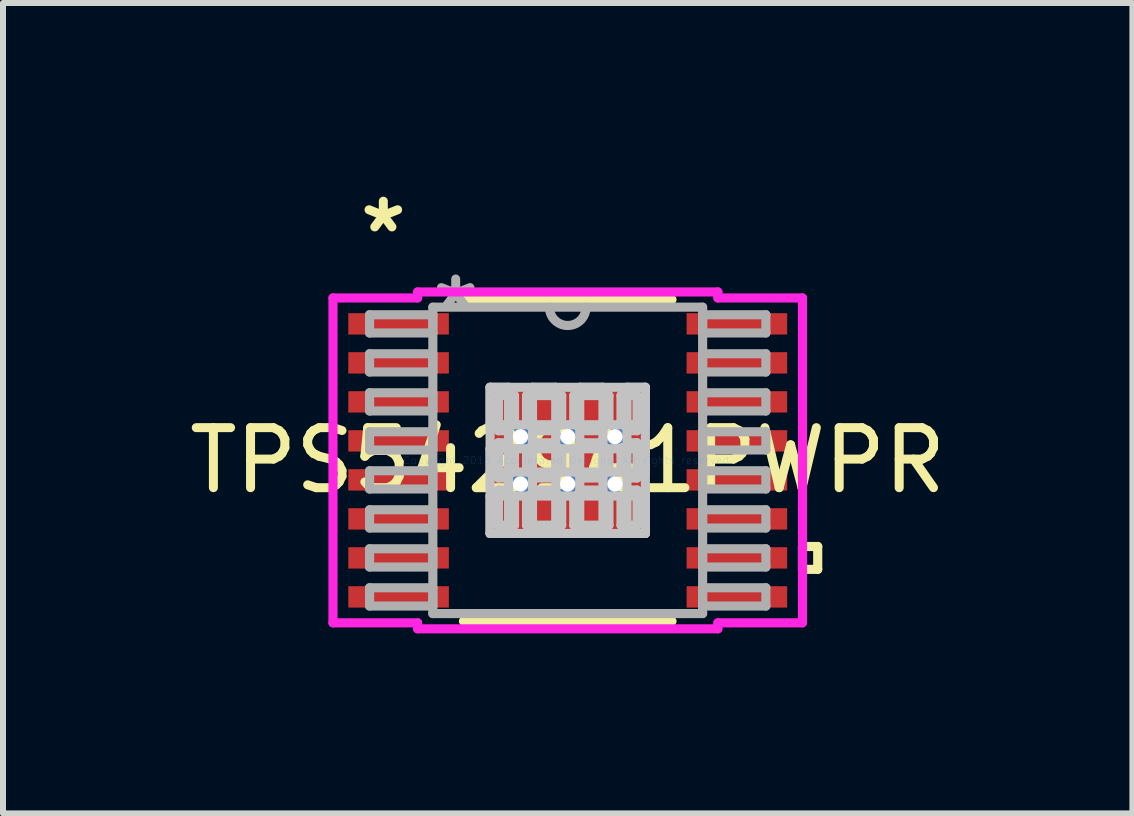
<source format=kicad_pcb>
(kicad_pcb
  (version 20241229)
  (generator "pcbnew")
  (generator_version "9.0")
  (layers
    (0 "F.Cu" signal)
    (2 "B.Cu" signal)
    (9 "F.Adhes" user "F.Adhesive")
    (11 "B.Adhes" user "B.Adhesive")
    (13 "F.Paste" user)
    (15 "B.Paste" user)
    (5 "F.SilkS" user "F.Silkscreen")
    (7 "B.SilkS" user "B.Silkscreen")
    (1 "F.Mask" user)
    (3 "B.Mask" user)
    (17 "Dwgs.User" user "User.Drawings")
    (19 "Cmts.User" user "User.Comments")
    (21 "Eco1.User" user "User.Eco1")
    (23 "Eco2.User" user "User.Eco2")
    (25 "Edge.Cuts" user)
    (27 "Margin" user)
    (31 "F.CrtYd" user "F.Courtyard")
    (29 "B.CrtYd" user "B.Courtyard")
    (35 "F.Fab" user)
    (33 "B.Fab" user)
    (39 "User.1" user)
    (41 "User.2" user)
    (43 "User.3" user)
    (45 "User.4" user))
  (footprint "TPS542941PWPR"
    (layer "F.Cu")
    (at 6.411 4.622)
    (property "Reference" "TPS542941PWPR" (at 0 0 0) (layer "F.SilkS") (effects (font (size 1 1) (thickness 0.15))))
    (attr through_hole)
    (fp_line (start -1.738 2.68) (end 1.738 2.68) (stroke (width 0.152) (type solid)) (layer "F.SilkS"))
    (fp_line (start 1.738 -2.68) (end -1.738 -2.68) (stroke (width 0.152) (type solid)) (layer "F.SilkS"))
    (fp_line (start 3.912 1.435) (end 4.166 1.435) (stroke (width 0.152) (type solid)) (layer "F.SilkS"))
    (fp_line (start 3.912 1.816) (end 3.912 1.435) (stroke (width 0.152) (type solid)) (layer "F.SilkS"))
    (fp_line (start 4.166 1.435) (end 4.166 1.816) (stroke (width 0.152) (type solid)) (layer "F.SilkS"))
    (fp_line (start 4.166 1.816) (end 3.912 1.816) (stroke (width 0.152) (type solid)) (layer "F.SilkS"))
    (fp_line (start -1.294 -1.218) (end -0.987 -1.218) (stroke (width 0.152) (type solid)) (layer "Dwgs.User"))
    (fp_line (start -1.294 -1.218) (end 1.294 -1.218) (stroke (width 0.152) (type solid)) (layer "Dwgs.User"))
    (fp_line (start -1.294 -0.594) (end -1.294 -1.218) (stroke (width 0.152) (type solid)) (layer "Dwgs.User"))
    (fp_line (start -1.294 -0.194) (end 1.294 -0.194) (stroke (width 0.152) (type solid)) (layer "Dwgs.User"))
    (fp_line (start -1.294 0.194) (end -1.294 -0.194) (stroke (width 0.152) (type solid)) (layer "Dwgs.User"))
    (fp_line (start -1.294 0.594) (end 1.294 0.594) (stroke (width 0.152) (type solid)) (layer "Dwgs.User"))
    (fp_line (start -1.294 1.218) (end -1.294 -1.218) (stroke (width 0.152) (type solid)) (layer "Dwgs.User"))
    (fp_line (start -1.294 1.218) (end -1.294 0.594) (stroke (width 0.152) (type solid)) (layer "Dwgs.User"))
    (fp_line (start -1.155 -1.08) (end -1.155 -0.494) (stroke (width 0.152) (type solid)) (layer "Dwgs.User"))
    (fp_line (start -1.155 -0.494) (end -1.029 -0.494) (stroke (width 0.152) (type solid)) (layer "Dwgs.User"))
    (fp_line (start -1.155 -0.294) (end -1.155 0.294) (stroke (width 0.152) (type solid)) (layer "Dwgs.User"))
    (fp_line (start -1.155 0.294) (end -1.029 0.294) (stroke (width 0.152) (type solid)) (layer "Dwgs.User"))
    (fp_line (start -1.155 0.494) (end -1.155 1.08) (stroke (width 0.152) (type solid)) (layer "Dwgs.User"))
    (fp_line (start -1.155 1.08) (end -0.887 1.08) (stroke (width 0.152) (type solid)) (layer "Dwgs.User"))
    (fp_line (start -1.029 -0.494) (end -1.029 -0.494) (stroke (width 0.152) (type solid)) (layer "Dwgs.User"))
    (fp_line (start -1.029 -0.494) (end -0.887 -0.635) (stroke (width 0.152) (type solid)) (layer "Dwgs.User"))
    (fp_line (start -1.029 -0.294) (end -1.155 -0.294) (stroke (width 0.152) (type solid)) (layer "Dwgs.User"))
    (fp_line (start -1.029 -0.294) (end -1.029 -0.294) (stroke (width 0.152) (type solid)) (layer "Dwgs.User"))
    (fp_line (start -1.029 0.294) (end -1.029 0.294) (stroke (width 0.152) (type solid)) (layer "Dwgs.User"))
    (fp_line (start -1.029 0.294) (end -0.887 0.152) (stroke (width 0.152) (type solid)) (layer "Dwgs.User"))
    (fp_line (start -1.029 0.494) (end -1.155 0.494) (stroke (width 0.152) (type solid)) (layer "Dwgs.User"))
    (fp_line (start -1.029 0.494) (end -1.029 0.494) (stroke (width 0.152) (type solid)) (layer "Dwgs.User"))
    (fp_line (start -0.987 -1.218) (end -0.987 1.218) (stroke (width 0.152) (type solid)) (layer "Dwgs.User"))
    (fp_line (start -0.987 1.218) (end -1.294 1.218) (stroke (width 0.152) (type solid)) (layer "Dwgs.User"))
    (fp_line (start -0.887 -1.08) (end -1.155 -1.08) (stroke (width 0.152) (type solid)) (layer "Dwgs.User"))
    (fp_line (start -0.887 -0.635) (end -0.887 -1.08) (stroke (width 0.152) (type solid)) (layer "Dwgs.User"))
    (fp_line (start -0.887 -0.635) (end -0.887 -0.635) (stroke (width 0.152) (type solid)) (layer "Dwgs.User"))
    (fp_line (start -0.887 -0.152) (end -1.029 -0.294) (stroke (width 0.152) (type solid)) (layer "Dwgs.User"))
    (fp_line (start -0.887 -0.152) (end -0.887 -0.152) (stroke (width 0.152) (type solid)) (layer "Dwgs.User"))
    (fp_line (start -0.887 0.152) (end -0.887 -0.152) (stroke (width 0.152) (type solid)) (layer "Dwgs.User"))
    (fp_line (start -0.887 0.152) (end -0.887 0.152) (stroke (width 0.152) (type solid)) (layer "Dwgs.User"))
    (fp_line (start -0.887 0.635) (end -1.029 0.494) (stroke (width 0.152) (type solid)) (layer "Dwgs.User"))
    (fp_line (start -0.887 0.635) (end -0.887 0.635) (stroke (width 0.152) (type solid)) (layer "Dwgs.User"))
    (fp_line (start -0.887 1.08) (end -0.887 0.635) (stroke (width 0.152) (type solid)) (layer "Dwgs.User"))
    (fp_line (start -0.687 -1.08) (end -0.687 -0.635) (stroke (width 0.152) (type solid)) (layer "Dwgs.User"))
    (fp_line (start -0.687 -0.635) (end -0.687 -0.635) (stroke (width 0.152) (type solid)) (layer "Dwgs.User"))
    (fp_line (start -0.687 -0.635) (end -0.546 -0.494) (stroke (width 0.152) (type solid)) (layer "Dwgs.User"))
    (fp_line (start -0.687 -0.152) (end -0.687 -0.152) (stroke (width 0.152) (type solid)) (layer "Dwgs.User"))
    (fp_line (start -0.687 -0.152) (end -0.687 0.152) (stroke (width 0.152) (type solid)) (layer "Dwgs.User"))
    (fp_line (start -0.687 0.152) (end -0.687 0.152) (stroke (width 0.152) (type solid)) (layer "Dwgs.User"))
    (fp_line (start -0.687 0.152) (end -0.546 0.294) (stroke (width 0.152) (type solid)) (layer "Dwgs.User"))
    (fp_line (start -0.687 0.635) (end -0.687 0.635) (stroke (width 0.152) (type solid)) (layer "Dwgs.User"))
    (fp_line (start -0.687 0.635) (end -0.687 1.08) (stroke (width 0.152) (type solid)) (layer "Dwgs.User"))
    (fp_line (start -0.687 1.08) (end -0.1 1.08) (stroke (width 0.152) (type solid)) (layer "Dwgs.User"))
    (fp_line (start -0.587 -1.218) (end -0.587 1.218) (stroke (width 0.152) (type solid)) (layer "Dwgs.User"))
    (fp_line (start -0.587 1.218) (end -0.2 1.218) (stroke (width 0.152) (type solid)) (layer "Dwgs.User"))
    (fp_line (start -0.546 -0.494) (end -0.546 -0.494) (stroke (width 0.152) (type solid)) (layer "Dwgs.User"))
    (fp_line (start -0.546 -0.494) (end -0.241 -0.494) (stroke (width 0.152) (type solid)) (layer "Dwgs.User"))
    (fp_line (start -0.546 -0.294) (end -0.687 -0.152) (stroke (width 0.152) (type solid)) (layer "Dwgs.User"))
    (fp_line (start -0.546 -0.294) (end -0.546 -0.294) (stroke (width 0.152) (type solid)) (layer "Dwgs.User"))
    (fp_line (start -0.546 0.294) (end -0.546 0.294) (stroke (width 0.152) (type solid)) (layer "Dwgs.User"))
    (fp_line (start -0.546 0.294) (end -0.241 0.294) (stroke (width 0.152) (type solid)) (layer "Dwgs.User"))
    (fp_line (start -0.546 0.494) (end -0.687 0.635) (stroke (width 0.152) (type solid)) (layer "Dwgs.User"))
    (fp_line (start -0.546 0.494) (end -0.546 0.494) (stroke (width 0.152) (type solid)) (layer "Dwgs.User"))
    (fp_line (start -0.241 -0.494) (end -0.241 -0.494) (stroke (width 0.152) (type solid)) (layer "Dwgs.User"))
    (fp_line (start -0.241 -0.494) (end -0.1 -0.635) (stroke (width 0.152) (type solid)) (layer "Dwgs.User"))
    (fp_line (start -0.241 -0.294) (end -0.546 -0.294) (stroke (width 0.152) (type solid)) (layer "Dwgs.User"))
    (fp_line (start -0.241 -0.294) (end -0.241 -0.294) (stroke (width 0.152) (type solid)) (layer "Dwgs.User"))
    (fp_line (start -0.241 0.294) (end -0.241 0.294) (stroke (width 0.152) (type solid)) (layer "Dwgs.User"))
    (fp_line (start -0.241 0.294) (end -0.1 0.152) (stroke (width 0.152) (type solid)) (layer "Dwgs.User"))
    (fp_line (start -0.241 0.494) (end -0.546 0.494) (stroke (width 0.152) (type solid)) (layer "Dwgs.User"))
    (fp_line (start -0.241 0.494) (end -0.241 0.494) (stroke (width 0.152) (type solid)) (layer "Dwgs.User"))
    (fp_line (start -0.2 -1.218) (end -0.587 -1.218) (stroke (width 0.152) (type solid)) (layer "Dwgs.User"))
    (fp_line (start -0.2 1.218) (end -0.2 -1.218) (stroke (width 0.152) (type solid)) (layer "Dwgs.User"))
    (fp_line (start -0.1 -1.08) (end -0.687 -1.08) (stroke (width 0.152) (type solid)) (layer "Dwgs.User"))
    (fp_line (start -0.1 -0.635) (end -0.1 -1.08) (stroke (width 0.152) (type solid)) (layer "Dwgs.User"))
    (fp_line (start -0.1 -0.635) (end -0.1 -0.635) (stroke (width 0.152) (type solid)) (layer "Dwgs.User"))
    (fp_line (start -0.1 -0.152) (end -0.241 -0.294) (stroke (width 0.152) (type solid)) (layer "Dwgs.User"))
    (fp_line (start -0.1 -0.152) (end -0.1 -0.152) (stroke (width 0.152) (type solid)) (layer "Dwgs.User"))
    (fp_line (start -0.1 0.152) (end -0.1 -0.152) (stroke (width 0.152) (type solid)) (layer "Dwgs.User"))
    (fp_line (start -0.1 0.152) (end -0.1 0.152) (stroke (width 0.152) (type solid)) (layer "Dwgs.User"))
    (fp_line (start -0.1 0.635) (end -0.241 0.494) (stroke (width 0.152) (type solid)) (layer "Dwgs.User"))
    (fp_line (start -0.1 0.635) (end -0.1 0.635) (stroke (width 0.152) (type solid)) (layer "Dwgs.User"))
    (fp_line (start -0.1 1.08) (end -0.1 0.635) (stroke (width 0.152) (type solid)) (layer "Dwgs.User"))
    (fp_line (start 0.1 -1.08) (end 0.1 -0.635) (stroke (width 0.152) (type solid)) (layer "Dwgs.User"))
    (fp_line (start 0.1 -0.635) (end 0.1 -0.635) (stroke (width 0.152) (type solid)) (layer "Dwgs.User"))
    (fp_line (start 0.1 -0.635) (end 0.241 -0.494) (stroke (width 0.152) (type solid)) (layer "Dwgs.User"))
    (fp_line (start 0.1 -0.152) (end 0.1 -0.152) (stroke (width 0.152) (type solid)) (layer "Dwgs.User"))
    (fp_line (start 0.1 -0.152) (end 0.1 0.152) (stroke (width 0.152) (type solid)) (layer "Dwgs.User"))
    (fp_line (start 0.1 0.152) (end 0.1 0.152) (stroke (width 0.152) (type solid)) (layer "Dwgs.User"))
    (fp_line (start 0.1 0.152) (end 0.241 0.294) (stroke (width 0.152) (type solid)) (layer "Dwgs.User"))
    (fp_line (start 0.1 0.635) (end 0.1 0.635) (stroke (width 0.152) (type solid)) (layer "Dwgs.User"))
    (fp_line (start 0.1 0.635) (end 0.1 1.08) (stroke (width 0.152) (type solid)) (layer "Dwgs.User"))
    (fp_line (start 0.1 1.08) (end 0.687 1.08) (stroke (width 0.152) (type solid)) (layer "Dwgs.User"))
    (fp_line (start 0.2 -1.218) (end 0.2 1.218) (stroke (width 0.152) (type solid)) (layer "Dwgs.User"))
    (fp_line (start 0.2 1.218) (end 0.587 1.218) (stroke (width 0.152) (type solid)) (layer "Dwgs.User"))
    (fp_line (start 0.241 -0.494) (end 0.241 -0.494) (stroke (width 0.152) (type solid)) (layer "Dwgs.User"))
    (fp_line (start 0.241 -0.494) (end 0.546 -0.494) (stroke (width 0.152) (type solid)) (layer "Dwgs.User"))
    (fp_line (start 0.241 -0.294) (end 0.1 -0.152) (stroke (width 0.152) (type solid)) (layer "Dwgs.User"))
    (fp_line (start 0.241 -0.294) (end 0.241 -0.294) (stroke (width 0.152) (type solid)) (layer "Dwgs.User"))
    (fp_line (start 0.241 0.294) (end 0.241 0.294) (stroke (width 0.152) (type solid)) (layer "Dwgs.User"))
    (fp_line (start 0.241 0.294) (end 0.546 0.294) (stroke (width 0.152) (type solid)) (layer "Dwgs.User"))
    (fp_line (start 0.241 0.494) (end 0.1 0.635) (stroke (width 0.152) (type solid)) (layer "Dwgs.User"))
    (fp_line (start 0.241 0.494) (end 0.241 0.494) (stroke (width 0.152) (type solid)) (layer "Dwgs.User"))
    (fp_line (start 0.546 -0.494) (end 0.546 -0.494) (stroke (width 0.152) (type solid)) (layer "Dwgs.User"))
    (fp_line (start 0.546 -0.494) (end 0.687 -0.635) (stroke (width 0.152) (type solid)) (layer "Dwgs.User"))
    (fp_line (start 0.546 -0.294) (end 0.241 -0.294) (stroke (width 0.152) (type solid)) (layer "Dwgs.User"))
    (fp_line (start 0.546 -0.294) (end 0.546 -0.294) (stroke (width 0.152) (type solid)) (layer "Dwgs.User"))
    (fp_line (start 0.546 0.294) (end 0.546 0.294) (stroke (width 0.152) (type solid)) (layer "Dwgs.User"))
    (fp_line (start 0.546 0.294) (end 0.687 0.152) (stroke (width 0.152) (type solid)) (layer "Dwgs.User"))
    (fp_line (start 0.546 0.494) (end 0.241 0.494) (stroke (width 0.152) (type solid)) (layer "Dwgs.User"))
    (fp_line (start 0.546 0.494) (end 0.546 0.494) (stroke (width 0.152) (type solid)) (layer "Dwgs.User"))
    (fp_line (start 0.587 -1.218) (end 0.2 -1.218) (stroke (width 0.152) (type solid)) (layer "Dwgs.User"))
    (fp_line (start 0.587 1.218) (end 0.587 -1.218) (stroke (width 0.152) (type solid)) (layer "Dwgs.User"))
    (fp_line (start 0.687 -1.08) (end 0.1 -1.08) (stroke (width 0.152) (type solid)) (layer "Dwgs.User"))
    (fp_line (start 0.687 -0.635) (end 0.687 -1.08) (stroke (width 0.152) (type solid)) (layer "Dwgs.User"))
    (fp_line (start 0.687 -0.635) (end 0.687 -0.635) (stroke (width 0.152) (type solid)) (layer "Dwgs.User"))
    (fp_line (start 0.687 -0.152) (end 0.546 -0.294) (stroke (width 0.152) (type solid)) (layer "Dwgs.User"))
    (fp_line (start 0.687 -0.152) (end 0.687 -0.152) (stroke (width 0.152) (type solid)) (layer "Dwgs.User"))
    (fp_line (start 0.687 0.152) (end 0.687 -0.152) (stroke (width 0.152) (type solid)) (layer "Dwgs.User"))
    (fp_line (start 0.687 0.152) (end 0.687 0.152) (stroke (width 0.152) (type solid)) (layer "Dwgs.User"))
    (fp_line (start 0.687 0.635) (end 0.546 0.494) (stroke (width 0.152) (type solid)) (layer "Dwgs.User"))
    (fp_line (start 0.687 0.635) (end 0.687 0.635) (stroke (width 0.152) (type solid)) (layer "Dwgs.User"))
    (fp_line (start 0.687 1.08) (end 0.687 0.635) (stroke (width 0.152) (type solid)) (layer "Dwgs.User"))
    (fp_line (start 0.887 -1.08) (end 0.887 -0.635) (stroke (width 0.152) (type solid)) (layer "Dwgs.User"))
    (fp_line (start 0.887 -0.635) (end 0.887 -0.635) (stroke (width 0.152) (type solid)) (layer "Dwgs.User"))
    (fp_line (start 0.887 -0.635) (end 1.029 -0.494) (stroke (width 0.152) (type solid)) (layer "Dwgs.User"))
    (fp_line (start 0.887 -0.152) (end 0.887 -0.152) (stroke (width 0.152) (type solid)) (layer "Dwgs.User"))
    (fp_line (start 0.887 -0.152) (end 0.887 0.152) (stroke (width 0.152) (type solid)) (layer "Dwgs.User"))
    (fp_line (start 0.887 0.152) (end 0.887 0.152) (stroke (width 0.152) (type solid)) (layer "Dwgs.User"))
    (fp_line (start 0.887 0.152) (end 1.029 0.294) (stroke (width 0.152) (type solid)) (layer "Dwgs.User"))
    (fp_line (start 0.887 0.635) (end 0.887 0.635) (stroke (width 0.152) (type solid)) (layer "Dwgs.User"))
    (fp_line (start 0.887 0.635) (end 0.887 1.08) (stroke (width 0.152) (type solid)) (layer "Dwgs.User"))
    (fp_line (start 0.887 1.08) (end 1.155 1.08) (stroke (width 0.152) (type solid)) (layer "Dwgs.User"))
    (fp_line (start 0.987 -1.218) (end 1.294 -1.218) (stroke (width 0.152) (type solid)) (layer "Dwgs.User"))
    (fp_line (start 0.987 1.218) (end 0.987 -1.218) (stroke (width 0.152) (type solid)) (layer "Dwgs.User"))
    (fp_line (start 1.029 -0.494) (end 1.029 -0.494) (stroke (width 0.152) (type solid)) (layer "Dwgs.User"))
    (fp_line (start 1.029 -0.494) (end 1.155 -0.494) (stroke (width 0.152) (type solid)) (layer "Dwgs.User"))
    (fp_line (start 1.029 -0.294) (end 0.887 -0.152) (stroke (width 0.152) (type solid)) (layer "Dwgs.User"))
    (fp_line (start 1.029 -0.294) (end 1.029 -0.294) (stroke (width 0.152) (type solid)) (layer "Dwgs.User"))
    (fp_line (start 1.029 0.294) (end 1.029 0.294) (stroke (width 0.152) (type solid)) (layer "Dwgs.User"))
    (fp_line (start 1.029 0.294) (end 1.155 0.294) (stroke (width 0.152) (type solid)) (layer "Dwgs.User"))
    (fp_line (start 1.029 0.494) (end 0.887 0.635) (stroke (width 0.152) (type solid)) (layer "Dwgs.User"))
    (fp_line (start 1.029 0.494) (end 1.029 0.494) (stroke (width 0.152) (type solid)) (layer "Dwgs.User"))
    (fp_line (start 1.155 -1.08) (end 0.887 -1.08) (stroke (width 0.152) (type solid)) (layer "Dwgs.User"))
    (fp_line (start 1.155 -0.494) (end 1.155 -1.08) (stroke (width 0.152) (type solid)) (layer "Dwgs.User"))
    (fp_line (start 1.155 -0.294) (end 1.029 -0.294) (stroke (width 0.152) (type solid)) (layer "Dwgs.User"))
    (fp_line (start 1.155 0.294) (end 1.155 -0.294) (stroke (width 0.152) (type solid)) (layer "Dwgs.User"))
    (fp_line (start 1.155 0.494) (end 1.029 0.494) (stroke (width 0.152) (type solid)) (layer "Dwgs.User"))
    (fp_line (start 1.155 1.08) (end 1.155 0.494) (stroke (width 0.152) (type solid)) (layer "Dwgs.User"))
    (fp_line (start 1.294 -1.218) (end 1.294 -0.594) (stroke (width 0.152) (type solid)) (layer "Dwgs.User"))
    (fp_line (start 1.294 -1.218) (end 1.294 1.218) (stroke (width 0.152) (type solid)) (layer "Dwgs.User"))
    (fp_line (start 1.294 -0.594) (end -1.294 -0.594) (stroke (width 0.152) (type solid)) (layer "Dwgs.User"))
    (fp_line (start 1.294 -0.194) (end 1.294 0.194) (stroke (width 0.152) (type solid)) (layer "Dwgs.User"))
    (fp_line (start 1.294 0.194) (end -1.294 0.194) (stroke (width 0.152) (type solid)) (layer "Dwgs.User"))
    (fp_line (start 1.294 0.594) (end 1.294 1.218) (stroke (width 0.152) (type solid)) (layer "Dwgs.User"))
    (fp_line (start 1.294 1.218) (end -1.294 1.218) (stroke (width 0.152) (type solid)) (layer "Dwgs.User"))
    (fp_line (start 1.294 1.218) (end 0.987 1.218) (stroke (width 0.152) (type solid)) (layer "Dwgs.User"))
    (fp_line (start -3.912 -2.707) (end -2.502 -2.707) (stroke (width 0.152) (type solid)) (layer "F.CrtYd"))
    (fp_line (start -3.912 2.707) (end -3.912 -2.707) (stroke (width 0.152) (type solid)) (layer "F.CrtYd"))
    (fp_line (start -2.502 -2.807) (end 2.502 -2.807) (stroke (width 0.152) (type solid)) (layer "F.CrtYd"))
    (fp_line (start -2.502 -2.707) (end -2.502 -2.807) (stroke (width 0.152) (type solid)) (layer "F.CrtYd"))
    (fp_line (start -2.502 2.707) (end -3.912 2.707) (stroke (width 0.152) (type solid)) (layer "F.CrtYd"))
    (fp_line (start -2.502 2.807) (end -2.502 2.707) (stroke (width 0.152) (type solid)) (layer "F.CrtYd"))
    (fp_line (start 2.502 -2.807) (end 2.502 -2.707) (stroke (width 0.152) (type solid)) (layer "F.CrtYd"))
    (fp_line (start 2.502 -2.707) (end 3.912 -2.707) (stroke (width 0.152) (type solid)) (layer "F.CrtYd"))
    (fp_line (start 2.502 2.707) (end 2.502 2.807) (stroke (width 0.152) (type solid)) (layer "F.CrtYd"))
    (fp_line (start 2.502 2.807) (end -2.502 2.807) (stroke (width 0.152) (type solid)) (layer "F.CrtYd"))
    (fp_line (start 3.912 -2.707) (end 3.912 2.707) (stroke (width 0.152) (type solid)) (layer "F.CrtYd"))
    (fp_line (start 3.912 2.707) (end 2.502 2.707) (stroke (width 0.152) (type solid)) (layer "F.CrtYd"))
    (fp_line (start -3.302 -2.427) (end -3.302 -2.123) (stroke (width 0.152) (type solid)) (layer "F.Fab"))
    (fp_line (start -3.302 -2.123) (end -2.248 -2.123) (stroke (width 0.152) (type solid)) (layer "F.Fab"))
    (fp_line (start -3.302 -1.777) (end -3.302 -1.473) (stroke (width 0.152) (type solid)) (layer "F.Fab"))
    (fp_line (start -3.302 -1.473) (end -2.248 -1.473) (stroke (width 0.152) (type solid)) (layer "F.Fab"))
    (fp_line (start -3.302 -1.127) (end -3.302 -0.823) (stroke (width 0.152) (type solid)) (layer "F.Fab"))
    (fp_line (start -3.302 -0.823) (end -2.248 -0.823) (stroke (width 0.152) (type solid)) (layer "F.Fab"))
    (fp_line (start -3.302 -0.477) (end -3.302 -0.173) (stroke (width 0.152) (type solid)) (layer "F.Fab"))
    (fp_line (start -3.302 -0.173) (end -2.248 -0.173) (stroke (width 0.152) (type solid)) (layer "F.Fab"))
    (fp_line (start -3.302 0.173) (end -3.302 0.477) (stroke (width 0.152) (type solid)) (layer "F.Fab"))
    (fp_line (start -3.302 0.477) (end -2.248 0.477) (stroke (width 0.152) (type solid)) (layer "F.Fab"))
    (fp_line (start -3.302 0.823) (end -3.302 1.127) (stroke (width 0.152) (type solid)) (layer "F.Fab"))
    (fp_line (start -3.302 1.127) (end -2.248 1.127) (stroke (width 0.152) (type solid)) (layer "F.Fab"))
    (fp_line (start -3.302 1.473) (end -3.302 1.777) (stroke (width 0.152) (type solid)) (layer "F.Fab"))
    (fp_line (start -3.302 1.777) (end -2.248 1.777) (stroke (width 0.152) (type solid)) (layer "F.Fab"))
    (fp_line (start -3.302 2.123) (end -3.302 2.427) (stroke (width 0.152) (type solid)) (layer "F.Fab"))
    (fp_line (start -3.302 2.427) (end -2.248 2.427) (stroke (width 0.152) (type solid)) (layer "F.Fab"))
    (fp_line (start -2.248 -2.553) (end -2.248 2.553) (stroke (width 0.152) (type solid)) (layer "F.Fab"))
    (fp_line (start -2.248 -2.427) (end -3.302 -2.427) (stroke (width 0.152) (type solid)) (layer "F.Fab"))
    (fp_line (start -2.248 -2.123) (end -2.248 -2.427) (stroke (width 0.152) (type solid)) (layer "F.Fab"))
    (fp_line (start -2.248 -1.777) (end -3.302 -1.777) (stroke (width 0.152) (type solid)) (layer "F.Fab"))
    (fp_line (start -2.248 -1.473) (end -2.248 -1.777) (stroke (width 0.152) (type solid)) (layer "F.Fab"))
    (fp_line (start -2.248 -1.127) (end -3.302 -1.127) (stroke (width 0.152) (type solid)) (layer "F.Fab"))
    (fp_line (start -2.248 -0.823) (end -2.248 -1.127) (stroke (width 0.152) (type solid)) (layer "F.Fab"))
    (fp_line (start -2.248 -0.477) (end -3.302 -0.477) (stroke (width 0.152) (type solid)) (layer "F.Fab"))
    (fp_line (start -2.248 -0.173) (end -2.248 -0.477) (stroke (width 0.152) (type solid)) (layer "F.Fab"))
    (fp_line (start -2.248 0.173) (end -3.302 0.173) (stroke (width 0.152) (type solid)) (layer "F.Fab"))
    (fp_line (start -2.248 0.477) (end -2.248 0.173) (stroke (width 0.152) (type solid)) (layer "F.Fab"))
    (fp_line (start -2.248 0.823) (end -3.302 0.823) (stroke (width 0.152) (type solid)) (layer "F.Fab"))
    (fp_line (start -2.248 1.127) (end -2.248 0.823) (stroke (width 0.152) (type solid)) (layer "F.Fab"))
    (fp_line (start -2.248 1.473) (end -3.302 1.473) (stroke (width 0.152) (type solid)) (layer "F.Fab"))
    (fp_line (start -2.248 1.777) (end -2.248 1.473) (stroke (width 0.152) (type solid)) (layer "F.Fab"))
    (fp_line (start -2.248 2.123) (end -3.302 2.123) (stroke (width 0.152) (type solid)) (layer "F.Fab"))
    (fp_line (start -2.248 2.427) (end -2.248 2.123) (stroke (width 0.152) (type solid)) (layer "F.Fab"))
    (fp_line (start -2.248 2.553) (end 2.248 2.553) (stroke (width 0.152) (type solid)) (layer "F.Fab"))
    (fp_line (start 2.248 -2.553) (end -2.248 -2.553) (stroke (width 0.152) (type solid)) (layer "F.Fab"))
    (fp_line (start 2.248 -2.427) (end 2.248 -2.123) (stroke (width 0.152) (type solid)) (layer "F.Fab"))
    (fp_line (start 2.248 -2.123) (end 3.302 -2.123) (stroke (width 0.152) (type solid)) (layer "F.Fab"))
    (fp_line (start 2.248 -1.777) (end 2.248 -1.473) (stroke (width 0.152) (type solid)) (layer "F.Fab"))
    (fp_line (start 2.248 -1.473) (end 3.302 -1.473) (stroke (width 0.152) (type solid)) (layer "F.Fab"))
    (fp_line (start 2.248 -1.127) (end 2.248 -0.823) (stroke (width 0.152) (type solid)) (layer "F.Fab"))
    (fp_line (start 2.248 -0.823) (end 3.302 -0.823) (stroke (width 0.152) (type solid)) (layer "F.Fab"))
    (fp_line (start 2.248 -0.477) (end 2.248 -0.173) (stroke (width 0.152) (type solid)) (layer "F.Fab"))
    (fp_line (start 2.248 -0.173) (end 3.302 -0.173) (stroke (width 0.152) (type solid)) (layer "F.Fab"))
    (fp_line (start 2.248 0.173) (end 2.248 0.477) (stroke (width 0.152) (type solid)) (layer "F.Fab"))
    (fp_line (start 2.248 0.477) (end 3.302 0.477) (stroke (width 0.152) (type solid)) (layer "F.Fab"))
    (fp_line (start 2.248 0.823) (end 2.248 1.127) (stroke (width 0.152) (type solid)) (layer "F.Fab"))
    (fp_line (start 2.248 1.127) (end 3.302 1.127) (stroke (width 0.152) (type solid)) (layer "F.Fab"))
    (fp_line (start 2.248 1.473) (end 2.248 1.777) (stroke (width 0.152) (type solid)) (layer "F.Fab"))
    (fp_line (start 2.248 1.777) (end 3.302 1.777) (stroke (width 0.152) (type solid)) (layer "F.Fab"))
    (fp_line (start 2.248 2.123) (end 2.248 2.427) (stroke (width 0.152) (type solid)) (layer "F.Fab"))
    (fp_line (start 2.248 2.427) (end 3.302 2.427) (stroke (width 0.152) (type solid)) (layer "F.Fab"))
    (fp_line (start 2.248 2.553) (end 2.248 -2.553) (stroke (width 0.152) (type solid)) (layer "F.Fab"))
    (fp_line (start 3.302 -2.427) (end 2.248 -2.427) (stroke (width 0.152) (type solid)) (layer "F.Fab"))
    (fp_line (start 3.302 -2.123) (end 3.302 -2.427) (stroke (width 0.152) (type solid)) (layer "F.Fab"))
    (fp_line (start 3.302 -1.777) (end 2.248 -1.777) (stroke (width 0.152) (type solid)) (layer "F.Fab"))
    (fp_line (start 3.302 -1.473) (end 3.302 -1.777) (stroke (width 0.152) (type solid)) (layer "F.Fab"))
    (fp_line (start 3.302 -1.127) (end 2.248 -1.127) (stroke (width 0.152) (type solid)) (layer "F.Fab"))
    (fp_line (start 3.302 -0.823) (end 3.302 -1.127) (stroke (width 0.152) (type solid)) (layer "F.Fab"))
    (fp_line (start 3.302 -0.477) (end 2.248 -0.477) (stroke (width 0.152) (type solid)) (layer "F.Fab"))
    (fp_line (start 3.302 -0.173) (end 3.302 -0.477) (stroke (width 0.152) (type solid)) (layer "F.Fab"))
    (fp_line (start 3.302 0.173) (end 2.248 0.173) (stroke (width 0.152) (type solid)) (layer "F.Fab"))
    (fp_line (start 3.302 0.477) (end 3.302 0.173) (stroke (width 0.152) (type solid)) (layer "F.Fab"))
    (fp_line (start 3.302 0.823) (end 2.248 0.823) (stroke (width 0.152) (type solid)) (layer "F.Fab"))
    (fp_line (start 3.302 1.127) (end 3.302 0.823) (stroke (width 0.152) (type solid)) (layer "F.Fab"))
    (fp_line (start 3.302 1.473) (end 2.248 1.473) (stroke (width 0.152) (type solid)) (layer "F.Fab"))
    (fp_line (start 3.302 1.777) (end 3.302 1.473) (stroke (width 0.152) (type solid)) (layer "F.Fab"))
    (fp_line (start 3.302 2.123) (end 2.248 2.123) (stroke (width 0.152) (type solid)) (layer "F.Fab"))
    (fp_line (start 3.302 2.427) (end 3.302 2.123) (stroke (width 0.152) (type solid)) (layer "F.Fab"))
    (fp_arc (start 0.3048 -2.5527) (mid 0 -2.2479) (end -0.3048 -2.5527) (stroke (width 0.1524) (type solid)) (layer "F.Fab"))
    (fp_text user "*" (at -3.073 -3.774 0) (layer "F.SilkS") (effects (font (size 1 1) (thickness 0.15))))
    (fp_text user "Copyright 2016 Accelerated Designs. All rights reserved." (at 0 0 0) (layer "Cmts.User") (effects (font (size 0.127 0.127) (thickness 0.002))))
    (fp_text user "*" (at -1.867 -2.477 0) (layer "F.Fab") (effects (font (size 1 1) (thickness 0.15))))
    (pad "1" smd rect (at -2.819 -2.275) (size 1.676 0.356) (layers "F.Cu" "F.Mask" "F.Paste"))
    (pad "2" smd rect (at -2.819 -1.625) (size 1.676 0.356) (layers "F.Cu" "F.Mask" "F.Paste"))
    (pad "3" smd rect (at -2.819 -0.975) (size 1.676 0.356) (layers "F.Cu" "F.Mask" "F.Paste"))
    (pad "4" smd rect (at -2.819 -0.325) (size 1.676 0.356) (layers "F.Cu" "F.Mask" "F.Paste"))
    (pad "5" smd rect (at -2.819 0.325) (size 1.676 0.356) (layers "F.Cu" "F.Mask" "F.Paste"))
    (pad "6" smd rect (at -2.819 0.975) (size 1.676 0.356) (layers "F.Cu" "F.Mask" "F.Paste"))
    (pad "7" smd rect (at -2.819 1.625) (size 1.676 0.356) (layers "F.Cu" "F.Mask" "F.Paste"))
    (pad "8" smd rect (at -2.819 2.275) (size 1.676 0.356) (layers "F.Cu" "F.Mask" "F.Paste"))
    (pad "9" smd rect (at 2.819 2.275) (size 1.676 0.356) (layers "F.Cu" "F.Mask" "F.Paste"))
    (pad "10" smd rect (at 2.819 1.625) (size 1.676 0.356) (layers "F.Cu" "F.Mask" "F.Paste"))
    (pad "11" smd rect (at 2.819 0.975) (size 1.676 0.356) (layers "F.Cu" "F.Mask" "F.Paste"))
    (pad "12" smd rect (at 2.819 0.325) (size 1.676 0.356) (layers "F.Cu" "F.Mask" "F.Paste"))
    (pad "13" smd rect (at 2.819 -0.325) (size 1.676 0.356) (layers "F.Cu" "F.Mask" "F.Paste"))
    (pad "14" smd rect (at 2.819 -0.975) (size 1.676 0.356) (layers "F.Cu" "F.Mask" "F.Paste"))
    (pad "15" smd rect (at 2.819 -1.625) (size 1.676 0.356) (layers "F.Cu" "F.Mask" "F.Paste"))
    (pad "16" smd rect (at 2.819 -2.275) (size 1.676 0.356) (layers "F.Cu" "F.Mask" "F.Paste"))
    (pad "EPAD" smd rect (at 0 0) (size 2.46 2.31) (layers "F.Cu" "F.Mask" "F.Paste"))
    (pad "V" thru_hole circle (at -0.787 -0.394) (size 0.508 0.508) (drill 0.254) (layers "*.Cu" "*.Mask"))
    (pad "V" thru_hole circle (at -0.787 0.394) (size 0.508 0.508) (drill 0.254) (layers "*.Cu" "*.Mask"))
    (pad "V" thru_hole circle (at 0 -0.394) (size 0.508 0.508) (drill 0.254) (layers "*.Cu" "*.Mask"))
    (pad "V" thru_hole circle (at 0 0.394) (size 0.508 0.508) (drill 0.254) (layers "*.Cu" "*.Mask"))
    (pad "V" thru_hole circle (at 0.787 -0.394) (size 0.508 0.508) (drill 0.254) (layers "*.Cu" "*.Mask"))
    (pad "V" thru_hole circle (at 0.787 0.394) (size 0.508 0.508) (drill 0.254) (layers "*.Cu" "*.Mask")))
  (gr_rect
    (start -3 -3)
    (end 15.821 10.505)
    (stroke (width 0.1) (type default))
    (fill no)
    (layer "Edge.Cuts")))
</source>
